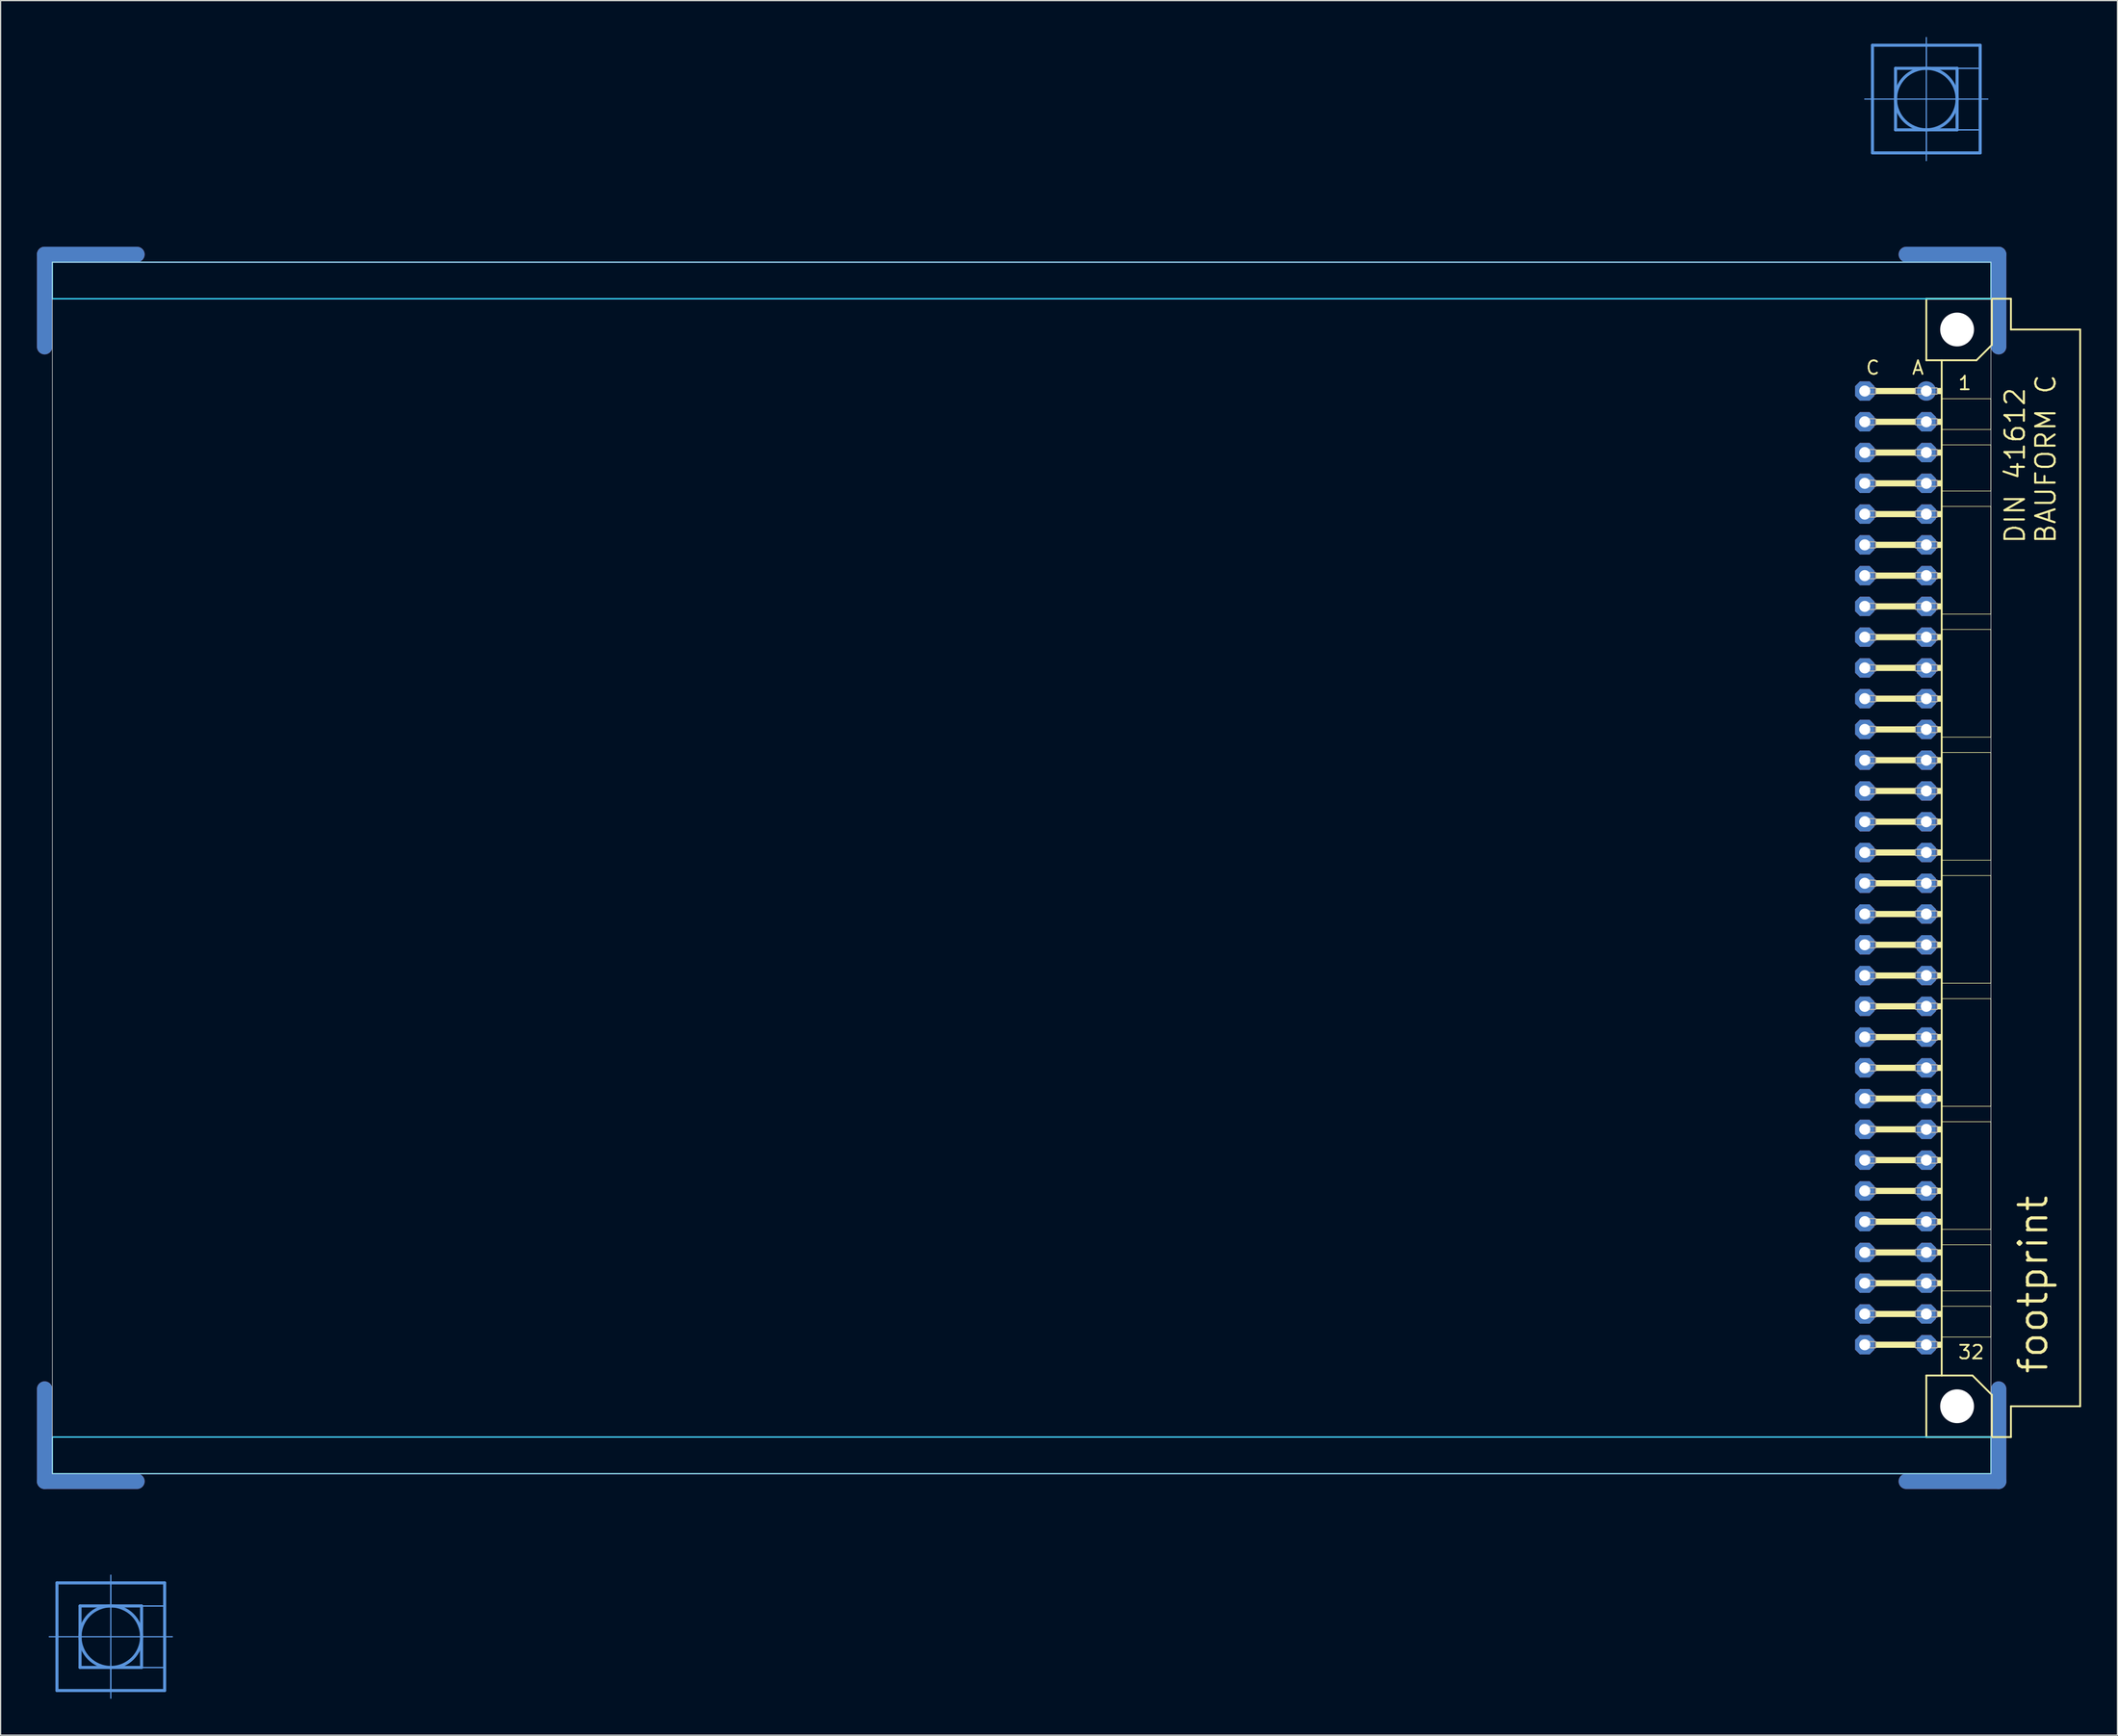
<source format=kicad_pcb>
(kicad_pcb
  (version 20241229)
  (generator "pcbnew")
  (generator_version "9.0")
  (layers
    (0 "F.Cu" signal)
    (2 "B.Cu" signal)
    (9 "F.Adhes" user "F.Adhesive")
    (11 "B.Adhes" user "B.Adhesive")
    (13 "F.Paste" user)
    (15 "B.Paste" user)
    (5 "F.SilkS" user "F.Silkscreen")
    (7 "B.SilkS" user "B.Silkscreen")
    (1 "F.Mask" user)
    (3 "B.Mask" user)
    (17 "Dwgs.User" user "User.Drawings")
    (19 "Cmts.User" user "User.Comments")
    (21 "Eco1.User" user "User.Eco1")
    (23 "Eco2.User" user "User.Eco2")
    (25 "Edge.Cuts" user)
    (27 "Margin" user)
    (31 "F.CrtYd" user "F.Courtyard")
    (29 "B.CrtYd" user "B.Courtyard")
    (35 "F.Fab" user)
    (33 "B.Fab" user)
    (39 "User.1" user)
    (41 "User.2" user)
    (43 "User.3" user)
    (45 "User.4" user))
  (footprint "footprint"
    (layer "F.Cu")
    (at 1.016 68.605)
    (property "Reference" "footprint" (at 165.1 41.91 90) (layer "F.SilkS") (effects (font (size 2.286 2.286) (thickness 0.254)) (justify left bottom)))
    (fp_line (start -0.381 -43.028) (end -0.381 -50.648) (stroke (width 1.27) (type solid)) (layer "F.Cu"))
    (fp_line (start -0.381 43.028) (end -0.381 50.648) (stroke (width 1.27) (type solid)) (layer "F.Cu"))
    (fp_line (start 7.239 -50.648) (end -0.381 -50.648) (stroke (width 1.27) (type solid)) (layer "F.Cu"))
    (fp_line (start 7.239 50.648) (end -0.381 50.648) (stroke (width 1.27) (type solid)) (layer "F.Cu"))
    (fp_line (start 153.289 -50.648) (end 160.909 -50.648) (stroke (width 1.27) (type solid)) (layer "F.Cu"))
    (fp_line (start 153.289 50.648) (end 160.909 50.648) (stroke (width 1.27) (type solid)) (layer "F.Cu"))
    (fp_line (start 160.909 -43.028) (end 160.909 -50.648) (stroke (width 1.27) (type solid)) (layer "F.Cu"))
    (fp_line (start 160.909 43.028) (end 160.909 50.648) (stroke (width 1.27) (type solid)) (layer "F.Cu"))
    (fp_line (start 0.254 -42.393) (end 0.254 -50.013) (stroke (width 0.152) (type solid)) (layer "F.Mask"))
    (fp_line (start 0.254 42.393) (end 0.254 50.013) (stroke (width 0.152) (type solid)) (layer "F.Mask"))
    (fp_line (start 7.874 -50.013) (end 0.254 -50.013) (stroke (width 0.152) (type solid)) (layer "F.Mask"))
    (fp_line (start 7.874 50.013) (end 0.254 50.013) (stroke (width 0.152) (type solid)) (layer "F.Mask"))
    (fp_line (start 152.654 -50.013) (end 160.274 -50.013) (stroke (width 0.152) (type solid)) (layer "F.Mask"))
    (fp_line (start 152.654 50.013) (end 160.274 50.013) (stroke (width 0.152) (type solid)) (layer "F.Mask"))
    (fp_line (start 160.274 -42.393) (end 160.274 -50.013) (stroke (width 0.152) (type solid)) (layer "F.Mask"))
    (fp_line (start 160.274 42.393) (end 160.274 50.013) (stroke (width 0.152) (type solid)) (layer "F.Mask"))
    (fp_line (start -0.381 -43.028) (end -0.381 -50.648) (stroke (width 1.27) (type solid)) (layer "B.Cu"))
    (fp_line (start -0.381 43.028) (end -0.381 50.648) (stroke (width 1.27) (type solid)) (layer "B.Cu"))
    (fp_line (start 7.239 -50.648) (end -0.381 -50.648) (stroke (width 1.27) (type solid)) (layer "B.Cu"))
    (fp_line (start 7.239 50.648) (end -0.381 50.648) (stroke (width 1.27) (type solid)) (layer "B.Cu"))
    (fp_line (start 153.289 -50.648) (end 160.909 -50.648) (stroke (width 1.27) (type solid)) (layer "B.Cu"))
    (fp_line (start 153.289 50.648) (end 160.909 50.648) (stroke (width 1.27) (type solid)) (layer "B.Cu"))
    (fp_line (start 160.909 -43.028) (end 160.909 -50.648) (stroke (width 1.27) (type solid)) (layer "B.Cu"))
    (fp_line (start 160.909 43.028) (end 160.909 50.648) (stroke (width 1.27) (type solid)) (layer "B.Cu"))
    (fp_line (start 0.254 -50.013) (end 7.874 -50.013) (stroke (width 0.152) (type solid)) (layer "B.Mask"))
    (fp_line (start 0.254 -42.393) (end 0.254 -50.013) (stroke (width 0.152) (type solid)) (layer "B.Mask"))
    (fp_line (start 0.254 50.013) (end 0.254 42.393) (stroke (width 0.152) (type solid)) (layer "B.Mask"))
    (fp_line (start 7.874 50.013) (end 0.254 50.013) (stroke (width 0.152) (type solid)) (layer "B.Mask"))
    (fp_line (start 152.654 -50.013) (end 160.274 -50.013) (stroke (width 0.152) (type solid)) (layer "B.Mask"))
    (fp_line (start 160.274 -50.013) (end 160.274 -42.393) (stroke (width 0.152) (type solid)) (layer "B.Mask"))
    (fp_line (start 160.274 42.393) (end 160.274 50.013) (stroke (width 0.152) (type solid)) (layer "B.Mask"))
    (fp_line (start 160.274 50.013) (end 152.654 50.013) (stroke (width 0.152) (type solid)) (layer "B.Mask"))
    (fp_line (start 154.94 -46.99) (end 154.94 -41.91) (stroke (width 0.152) (type solid)) (layer "F.SilkS"))
    (fp_line (start 154.94 -41.91) (end 156.21 -41.91) (stroke (width 0.152) (type solid)) (layer "F.SilkS"))
    (fp_line (start 154.94 41.91) (end 154.94 46.99) (stroke (width 0.152) (type solid)) (layer "F.SilkS"))
    (fp_line (start 154.94 41.91) (end 156.21 41.91) (stroke (width 0.152) (type solid)) (layer "F.SilkS"))
    (fp_line (start 154.94 46.99) (end 160.35 46.99) (stroke (width 0.152) (type solid)) (layer "F.SilkS"))
    (fp_line (start 156.21 -41.91) (end 156.21 -38.735) (stroke (width 0.152) (type solid)) (layer "F.SilkS"))
    (fp_line (start 156.21 -41.91) (end 159.08 -41.91) (stroke (width 0.152) (type solid)) (layer "F.SilkS"))
    (fp_line (start 156.21 -38.735) (end 156.21 -36.195) (stroke (width 0.152) (type solid)) (layer "F.SilkS"))
    (fp_line (start 156.21 -36.195) (end 156.21 -34.925) (stroke (width 0.152) (type solid)) (layer "F.SilkS"))
    (fp_line (start 156.21 -34.925) (end 156.21 -31.115) (stroke (width 0.152) (type solid)) (layer "F.SilkS"))
    (fp_line (start 156.21 -31.115) (end 156.21 -29.845) (stroke (width 0.152) (type solid)) (layer "F.SilkS"))
    (fp_line (start 156.21 -29.845) (end 156.21 -20.955) (stroke (width 0.152) (type solid)) (layer "F.SilkS"))
    (fp_line (start 156.21 -20.955) (end 156.21 -19.685) (stroke (width 0.152) (type solid)) (layer "F.SilkS"))
    (fp_line (start 156.21 -19.685) (end 156.21 -10.795) (stroke (width 0.152) (type solid)) (layer "F.SilkS"))
    (fp_line (start 156.21 -10.795) (end 156.21 -9.525) (stroke (width 0.152) (type solid)) (layer "F.SilkS"))
    (fp_line (start 156.21 -9.525) (end 156.21 -0.635) (stroke (width 0.152) (type solid)) (layer "F.SilkS"))
    (fp_line (start 156.21 -0.635) (end 156.21 0.635) (stroke (width 0.152) (type solid)) (layer "F.SilkS"))
    (fp_line (start 156.21 0.635) (end 156.21 9.525) (stroke (width 0.152) (type solid)) (layer "F.SilkS"))
    (fp_line (start 156.21 9.525) (end 156.21 10.795) (stroke (width 0.152) (type solid)) (layer "F.SilkS"))
    (fp_line (start 156.21 10.795) (end 156.21 19.685) (stroke (width 0.152) (type solid)) (layer "F.SilkS"))
    (fp_line (start 156.21 19.685) (end 156.21 20.955) (stroke (width 0.152) (type solid)) (layer "F.SilkS"))
    (fp_line (start 156.21 20.955) (end 156.21 29.845) (stroke (width 0.152) (type solid)) (layer "F.SilkS"))
    (fp_line (start 156.21 29.845) (end 156.21 31.115) (stroke (width 0.152) (type solid)) (layer "F.SilkS"))
    (fp_line (start 156.21 31.115) (end 156.21 34.925) (stroke (width 0.152) (type solid)) (layer "F.SilkS"))
    (fp_line (start 156.21 34.925) (end 156.21 36.195) (stroke (width 0.152) (type solid)) (layer "F.SilkS"))
    (fp_line (start 156.21 36.195) (end 156.21 38.735) (stroke (width 0.152) (type solid)) (layer "F.SilkS"))
    (fp_line (start 156.21 38.735) (end 156.21 41.91) (stroke (width 0.152) (type solid)) (layer "F.SilkS"))
    (fp_line (start 156.21 41.91) (end 158.75 41.91) (stroke (width 0.152) (type solid)) (layer "F.SilkS"))
    (fp_line (start 159.08 -41.91) (end 160.35 -43.18) (stroke (width 0.152) (type solid)) (layer "F.SilkS"))
    (fp_line (start 160.274 -38.735) (end 156.21 -38.735) (stroke (width 0.051) (type solid)) (layer "F.SilkS"))
    (fp_line (start 160.274 -38.735) (end 160.274 -36.195) (stroke (width 0.051) (type solid)) (layer "F.SilkS"))
    (fp_line (start 160.274 -36.195) (end 156.21 -36.195) (stroke (width 0.051) (type solid)) (layer "F.SilkS"))
    (fp_line (start 160.274 -34.925) (end 156.21 -34.925) (stroke (width 0.051) (type solid)) (layer "F.SilkS"))
    (fp_line (start 160.274 -34.925) (end 160.274 -31.115) (stroke (width 0.051) (type solid)) (layer "F.SilkS"))
    (fp_line (start 160.274 -31.115) (end 156.21 -31.115) (stroke (width 0.051) (type solid)) (layer "F.SilkS"))
    (fp_line (start 160.274 -29.845) (end 156.21 -29.845) (stroke (width 0.051) (type solid)) (layer "F.SilkS"))
    (fp_line (start 160.274 -29.845) (end 160.274 -20.955) (stroke (width 0.051) (type solid)) (layer "F.SilkS"))
    (fp_line (start 160.274 -20.955) (end 156.21 -20.955) (stroke (width 0.051) (type solid)) (layer "F.SilkS"))
    (fp_line (start 160.274 -19.685) (end 156.21 -19.685) (stroke (width 0.051) (type solid)) (layer "F.SilkS"))
    (fp_line (start 160.274 -19.685) (end 160.274 -10.795) (stroke (width 0.051) (type solid)) (layer "F.SilkS"))
    (fp_line (start 160.274 -10.795) (end 156.21 -10.795) (stroke (width 0.051) (type solid)) (layer "F.SilkS"))
    (fp_line (start 160.274 -9.525) (end 156.21 -9.525) (stroke (width 0.051) (type solid)) (layer "F.SilkS"))
    (fp_line (start 160.274 -9.525) (end 160.274 -0.635) (stroke (width 0.051) (type solid)) (layer "F.SilkS"))
    (fp_line (start 160.274 -0.635) (end 156.21 -0.635) (stroke (width 0.051) (type solid)) (layer "F.SilkS"))
    (fp_line (start 160.274 0.635) (end 156.21 0.635) (stroke (width 0.051) (type solid)) (layer "F.SilkS"))
    (fp_line (start 160.274 0.635) (end 160.274 9.525) (stroke (width 0.051) (type solid)) (layer "F.SilkS"))
    (fp_line (start 160.274 9.525) (end 156.21 9.525) (stroke (width 0.051) (type solid)) (layer "F.SilkS"))
    (fp_line (start 160.274 10.795) (end 156.21 10.795) (stroke (width 0.051) (type solid)) (layer "F.SilkS"))
    (fp_line (start 160.274 10.795) (end 160.274 19.685) (stroke (width 0.051) (type solid)) (layer "F.SilkS"))
    (fp_line (start 160.274 19.685) (end 156.21 19.685) (stroke (width 0.051) (type solid)) (layer "F.SilkS"))
    (fp_line (start 160.274 20.955) (end 156.21 20.955) (stroke (width 0.051) (type solid)) (layer "F.SilkS"))
    (fp_line (start 160.274 20.955) (end 160.274 29.845) (stroke (width 0.051) (type solid)) (layer "F.SilkS"))
    (fp_line (start 160.274 29.845) (end 156.21 29.845) (stroke (width 0.051) (type solid)) (layer "F.SilkS"))
    (fp_line (start 160.274 31.115) (end 156.21 31.115) (stroke (width 0.051) (type solid)) (layer "F.SilkS"))
    (fp_line (start 160.274 31.115) (end 160.274 34.925) (stroke (width 0.051) (type solid)) (layer "F.SilkS"))
    (fp_line (start 160.274 34.925) (end 156.21 34.925) (stroke (width 0.051) (type solid)) (layer "F.SilkS"))
    (fp_line (start 160.274 36.195) (end 156.21 36.195) (stroke (width 0.051) (type solid)) (layer "F.SilkS"))
    (fp_line (start 160.274 36.195) (end 160.274 38.735) (stroke (width 0.051) (type solid)) (layer "F.SilkS"))
    (fp_line (start 160.274 38.735) (end 156.21 38.735) (stroke (width 0.051) (type solid)) (layer "F.SilkS"))
    (fp_line (start 160.35 -46.99) (end 154.94 -46.99) (stroke (width 0.152) (type solid)) (layer "F.SilkS"))
    (fp_line (start 160.35 -43.18) (end 160.35 -46.99) (stroke (width 0.152) (type solid)) (layer "F.SilkS"))
    (fp_line (start 160.35 43.51) (end 158.75 41.91) (stroke (width 0.152) (type solid)) (layer "F.SilkS"))
    (fp_line (start 160.35 43.51) (end 160.35 46.99) (stroke (width 0.152) (type solid)) (layer "F.SilkS"))
    (fp_line (start 160.35 46.99) (end 161.925 46.99) (stroke (width 0.152) (type solid)) (layer "F.SilkS"))
    (fp_line (start 161.925 -46.99) (end 160.35 -46.99) (stroke (width 0.152) (type solid)) (layer "F.SilkS"))
    (fp_line (start 161.925 -44.45) (end 161.925 -46.99) (stroke (width 0.152) (type solid)) (layer "F.SilkS"))
    (fp_line (start 161.925 44.45) (end 167.64 44.45) (stroke (width 0.152) (type solid)) (layer "F.SilkS"))
    (fp_line (start 161.925 46.99) (end 161.925 44.45) (stroke (width 0.152) (type solid)) (layer "F.SilkS"))
    (fp_line (start 167.64 -44.45) (end 161.925 -44.45) (stroke (width 0.152) (type solid)) (layer "F.SilkS"))
    (fp_line (start 167.64 44.45) (end 167.64 -44.45) (stroke (width 0.152) (type solid)) (layer "F.SilkS"))
    (fp_circle (center 157.48 -44.45) (end 158.75 -44.45) (stroke (width 0.152) (type solid)) (fill no) (layer "F.SilkS"))
    (fp_circle (center 157.48 44.45) (end 158.75 44.45) (stroke (width 0.152) (type solid)) (fill no) (layer "F.SilkS"))
    (fp_poly (pts (xy 150.749 -39.116) (xy 154.051 -39.116) (xy 154.051 -39.624) (xy 150.749 -39.624)) (stroke (width 0) (type solid)) (fill yes) (layer "F.SilkS"))
    (fp_poly (pts (xy 150.749 -36.576) (xy 154.051 -36.576) (xy 154.051 -37.084) (xy 150.749 -37.084)) (stroke (width 0) (type solid)) (fill yes) (layer "F.SilkS"))
    (fp_poly (pts (xy 150.749 -34.036) (xy 154.051 -34.036) (xy 154.051 -34.544) (xy 150.749 -34.544)) (stroke (width 0) (type solid)) (fill yes) (layer "F.SilkS"))
    (fp_poly (pts (xy 150.749 -31.496) (xy 154.051 -31.496) (xy 154.051 -32.004) (xy 150.749 -32.004)) (stroke (width 0) (type solid)) (fill yes) (layer "F.SilkS"))
    (fp_poly (pts (xy 150.749 -28.956) (xy 154.051 -28.956) (xy 154.051 -29.464) (xy 150.749 -29.464)) (stroke (width 0) (type solid)) (fill yes) (layer "F.SilkS"))
    (fp_poly (pts (xy 150.749 -26.416) (xy 154.051 -26.416) (xy 154.051 -26.924) (xy 150.749 -26.924)) (stroke (width 0) (type solid)) (fill yes) (layer "F.SilkS"))
    (fp_poly (pts (xy 150.749 -23.876) (xy 154.051 -23.876) (xy 154.051 -24.384) (xy 150.749 -24.384)) (stroke (width 0) (type solid)) (fill yes) (layer "F.SilkS"))
    (fp_poly (pts (xy 150.749 -21.336) (xy 154.051 -21.336) (xy 154.051 -21.844) (xy 150.749 -21.844)) (stroke (width 0) (type solid)) (fill yes) (layer "F.SilkS"))
    (fp_poly (pts (xy 150.749 -18.796) (xy 154.051 -18.796) (xy 154.051 -19.304) (xy 150.749 -19.304)) (stroke (width 0) (type solid)) (fill yes) (layer "F.SilkS"))
    (fp_poly (pts (xy 150.749 -16.256) (xy 154.051 -16.256) (xy 154.051 -16.764) (xy 150.749 -16.764)) (stroke (width 0) (type solid)) (fill yes) (layer "F.SilkS"))
    (fp_poly (pts (xy 150.749 -13.716) (xy 154.051 -13.716) (xy 154.051 -14.224) (xy 150.749 -14.224)) (stroke (width 0) (type solid)) (fill yes) (layer "F.SilkS"))
    (fp_poly (pts (xy 150.749 -11.176) (xy 154.051 -11.176) (xy 154.051 -11.684) (xy 150.749 -11.684)) (stroke (width 0) (type solid)) (fill yes) (layer "F.SilkS"))
    (fp_poly (pts (xy 150.749 -8.636) (xy 154.051 -8.636) (xy 154.051 -9.144) (xy 150.749 -9.144)) (stroke (width 0) (type solid)) (fill yes) (layer "F.SilkS"))
    (fp_poly (pts (xy 150.749 -6.096) (xy 154.051 -6.096) (xy 154.051 -6.604) (xy 150.749 -6.604)) (stroke (width 0) (type solid)) (fill yes) (layer "F.SilkS"))
    (fp_poly (pts (xy 150.749 -3.556) (xy 154.051 -3.556) (xy 154.051 -4.064) (xy 150.749 -4.064)) (stroke (width 0) (type solid)) (fill yes) (layer "F.SilkS"))
    (fp_poly (pts (xy 150.749 -1.016) (xy 154.051 -1.016) (xy 154.051 -1.524) (xy 150.749 -1.524)) (stroke (width 0) (type solid)) (fill yes) (layer "F.SilkS"))
    (fp_poly (pts (xy 150.749 1.524) (xy 154.051 1.524) (xy 154.051 1.016) (xy 150.749 1.016)) (stroke (width 0) (type solid)) (fill yes) (layer "F.SilkS"))
    (fp_poly (pts (xy 150.749 4.064) (xy 154.051 4.064) (xy 154.051 3.556) (xy 150.749 3.556)) (stroke (width 0) (type solid)) (fill yes) (layer "F.SilkS"))
    (fp_poly (pts (xy 150.749 6.604) (xy 154.051 6.604) (xy 154.051 6.096) (xy 150.749 6.096)) (stroke (width 0) (type solid)) (fill yes) (layer "F.SilkS"))
    (fp_poly (pts (xy 150.749 9.144) (xy 154.051 9.144) (xy 154.051 8.636) (xy 150.749 8.636)) (stroke (width 0) (type solid)) (fill yes) (layer "F.SilkS"))
    (fp_poly (pts (xy 150.749 11.684) (xy 154.051 11.684) (xy 154.051 11.176) (xy 150.749 11.176)) (stroke (width 0) (type solid)) (fill yes) (layer "F.SilkS"))
    (fp_poly (pts (xy 150.749 14.224) (xy 154.051 14.224) (xy 154.051 13.716) (xy 150.749 13.716)) (stroke (width 0) (type solid)) (fill yes) (layer "F.SilkS"))
    (fp_poly (pts (xy 150.749 16.764) (xy 154.051 16.764) (xy 154.051 16.256) (xy 150.749 16.256)) (stroke (width 0) (type solid)) (fill yes) (layer "F.SilkS"))
    (fp_poly (pts (xy 150.749 19.304) (xy 154.051 19.304) (xy 154.051 18.796) (xy 150.749 18.796)) (stroke (width 0) (type solid)) (fill yes) (layer "F.SilkS"))
    (fp_poly (pts (xy 150.749 21.844) (xy 154.051 21.844) (xy 154.051 21.336) (xy 150.749 21.336)) (stroke (width 0) (type solid)) (fill yes) (layer "F.SilkS"))
    (fp_poly (pts (xy 150.749 24.384) (xy 154.051 24.384) (xy 154.051 23.876) (xy 150.749 23.876)) (stroke (width 0) (type solid)) (fill yes) (layer "F.SilkS"))
    (fp_poly (pts (xy 150.749 26.924) (xy 154.051 26.924) (xy 154.051 26.416) (xy 150.749 26.416)) (stroke (width 0) (type solid)) (fill yes) (layer "F.SilkS"))
    (fp_poly (pts (xy 150.749 29.464) (xy 154.051 29.464) (xy 154.051 28.956) (xy 150.749 28.956)) (stroke (width 0) (type solid)) (fill yes) (layer "F.SilkS"))
    (fp_poly (pts (xy 150.749 32.004) (xy 154.051 32.004) (xy 154.051 31.496) (xy 150.749 31.496)) (stroke (width 0) (type solid)) (fill yes) (layer "F.SilkS"))
    (fp_poly (pts (xy 150.749 34.544) (xy 154.051 34.544) (xy 154.051 34.036) (xy 150.749 34.036)) (stroke (width 0) (type solid)) (fill yes) (layer "F.SilkS"))
    (fp_poly (pts (xy 150.749 37.084) (xy 154.051 37.084) (xy 154.051 36.576) (xy 150.749 36.576)) (stroke (width 0) (type solid)) (fill yes) (layer "F.SilkS"))
    (fp_poly (pts (xy 150.749 39.624) (xy 154.051 39.624) (xy 154.051 39.116) (xy 150.749 39.116)) (stroke (width 0) (type solid)) (fill yes) (layer "F.SilkS"))
    (fp_poly (pts (xy 155.829 -39.116) (xy 156.21 -39.116) (xy 156.21 -39.624) (xy 155.829 -39.624)) (stroke (width 0) (type solid)) (fill yes) (layer "F.SilkS"))
    (fp_poly (pts (xy 155.829 -36.576) (xy 156.21 -36.576) (xy 156.21 -37.084) (xy 155.829 -37.084)) (stroke (width 0) (type solid)) (fill yes) (layer "F.SilkS"))
    (fp_poly (pts (xy 155.829 -34.036) (xy 156.21 -34.036) (xy 156.21 -34.544) (xy 155.829 -34.544)) (stroke (width 0) (type solid)) (fill yes) (layer "F.SilkS"))
    (fp_poly (pts (xy 155.829 -31.496) (xy 156.21 -31.496) (xy 156.21 -32.004) (xy 155.829 -32.004)) (stroke (width 0) (type solid)) (fill yes) (layer "F.SilkS"))
    (fp_poly (pts (xy 155.829 -28.956) (xy 156.21 -28.956) (xy 156.21 -29.464) (xy 155.829 -29.464)) (stroke (width 0) (type solid)) (fill yes) (layer "F.SilkS"))
    (fp_poly (pts (xy 155.829 -26.416) (xy 156.21 -26.416) (xy 156.21 -26.924) (xy 155.829 -26.924)) (stroke (width 0) (type solid)) (fill yes) (layer "F.SilkS"))
    (fp_poly (pts (xy 155.829 -23.876) (xy 156.21 -23.876) (xy 156.21 -24.384) (xy 155.829 -24.384)) (stroke (width 0) (type solid)) (fill yes) (layer "F.SilkS"))
    (fp_poly (pts (xy 155.829 -21.336) (xy 156.21 -21.336) (xy 156.21 -21.844) (xy 155.829 -21.844)) (stroke (width 0) (type solid)) (fill yes) (layer "F.SilkS"))
    (fp_poly (pts (xy 155.829 -18.796) (xy 156.21 -18.796) (xy 156.21 -19.304) (xy 155.829 -19.304)) (stroke (width 0) (type solid)) (fill yes) (layer "F.SilkS"))
    (fp_poly (pts (xy 155.829 -16.256) (xy 156.21 -16.256) (xy 156.21 -16.764) (xy 155.829 -16.764)) (stroke (width 0) (type solid)) (fill yes) (layer "F.SilkS"))
    (fp_poly (pts (xy 155.829 -13.716) (xy 156.21 -13.716) (xy 156.21 -14.224) (xy 155.829 -14.224)) (stroke (width 0) (type solid)) (fill yes) (layer "F.SilkS"))
    (fp_poly (pts (xy 155.829 -11.176) (xy 156.21 -11.176) (xy 156.21 -11.684) (xy 155.829 -11.684)) (stroke (width 0) (type solid)) (fill yes) (layer "F.SilkS"))
    (fp_poly (pts (xy 155.829 -8.636) (xy 156.21 -8.636) (xy 156.21 -9.144) (xy 155.829 -9.144)) (stroke (width 0) (type solid)) (fill yes) (layer "F.SilkS"))
    (fp_poly (pts (xy 155.829 -6.096) (xy 156.21 -6.096) (xy 156.21 -6.604) (xy 155.829 -6.604)) (stroke (width 0) (type solid)) (fill yes) (layer "F.SilkS"))
    (fp_poly (pts (xy 155.829 -3.556) (xy 156.21 -3.556) (xy 156.21 -4.064) (xy 155.829 -4.064)) (stroke (width 0) (type solid)) (fill yes) (layer "F.SilkS"))
    (fp_poly (pts (xy 155.829 -1.016) (xy 156.21 -1.016) (xy 156.21 -1.524) (xy 155.829 -1.524)) (stroke (width 0) (type solid)) (fill yes) (layer "F.SilkS"))
    (fp_poly (pts (xy 155.829 1.524) (xy 156.21 1.524) (xy 156.21 1.016) (xy 155.829 1.016)) (stroke (width 0) (type solid)) (fill yes) (layer "F.SilkS"))
    (fp_poly (pts (xy 155.829 4.064) (xy 156.21 4.064) (xy 156.21 3.556) (xy 155.829 3.556)) (stroke (width 0) (type solid)) (fill yes) (layer "F.SilkS"))
    (fp_poly (pts (xy 155.829 6.604) (xy 156.21 6.604) (xy 156.21 6.096) (xy 155.829 6.096)) (stroke (width 0) (type solid)) (fill yes) (layer "F.SilkS"))
    (fp_poly (pts (xy 155.829 9.144) (xy 156.21 9.144) (xy 156.21 8.636) (xy 155.829 8.636)) (stroke (width 0) (type solid)) (fill yes) (layer "F.SilkS"))
    (fp_poly (pts (xy 155.829 11.684) (xy 156.21 11.684) (xy 156.21 11.176) (xy 155.829 11.176)) (stroke (width 0) (type solid)) (fill yes) (layer "F.SilkS"))
    (fp_poly (pts (xy 155.829 14.224) (xy 156.21 14.224) (xy 156.21 13.716) (xy 155.829 13.716)) (stroke (width 0) (type solid)) (fill yes) (layer "F.SilkS"))
    (fp_poly (pts (xy 155.829 16.764) (xy 156.21 16.764) (xy 156.21 16.256) (xy 155.829 16.256)) (stroke (width 0) (type solid)) (fill yes) (layer "F.SilkS"))
    (fp_poly (pts (xy 155.829 19.304) (xy 156.21 19.304) (xy 156.21 18.796) (xy 155.829 18.796)) (stroke (width 0) (type solid)) (fill yes) (layer "F.SilkS"))
    (fp_poly (pts (xy 155.829 21.844) (xy 156.21 21.844) (xy 156.21 21.336) (xy 155.829 21.336)) (stroke (width 0) (type solid)) (fill yes) (layer "F.SilkS"))
    (fp_poly (pts (xy 155.829 24.384) (xy 156.21 24.384) (xy 156.21 23.876) (xy 155.829 23.876)) (stroke (width 0) (type solid)) (fill yes) (layer "F.SilkS"))
    (fp_poly (pts (xy 155.829 26.924) (xy 156.21 26.924) (xy 156.21 26.416) (xy 155.829 26.416)) (stroke (width 0) (type solid)) (fill yes) (layer "F.SilkS"))
    (fp_poly (pts (xy 155.829 29.464) (xy 156.21 29.464) (xy 156.21 28.956) (xy 155.829 28.956)) (stroke (width 0) (type solid)) (fill yes) (layer "F.SilkS"))
    (fp_poly (pts (xy 155.829 32.004) (xy 156.21 32.004) (xy 156.21 31.496) (xy 155.829 31.496)) (stroke (width 0) (type solid)) (fill yes) (layer "F.SilkS"))
    (fp_poly (pts (xy 155.829 34.544) (xy 156.21 34.544) (xy 156.21 34.036) (xy 155.829 34.036)) (stroke (width 0) (type solid)) (fill yes) (layer "F.SilkS"))
    (fp_poly (pts (xy 155.829 37.084) (xy 156.21 37.084) (xy 156.21 36.576) (xy 155.829 36.576)) (stroke (width 0) (type solid)) (fill yes) (layer "F.SilkS"))
    (fp_poly (pts (xy 155.829 39.624) (xy 156.21 39.624) (xy 156.21 39.116) (xy 155.829 39.116)) (stroke (width 0) (type solid)) (fill yes) (layer "F.SilkS"))
    (fp_line (start 0 63.475) (end 0.635 63.475) (stroke (width 0.102) (type solid)) (layer "Cmts.User"))
    (fp_line (start 0.635 59.03) (end 9.525 59.03) (stroke (width 0.254) (type solid)) (layer "Cmts.User"))
    (fp_line (start 0.635 63.475) (end 0.635 59.03) (stroke (width 0.254) (type solid)) (layer "Cmts.User"))
    (fp_line (start 0.635 63.475) (end 10.16 63.475) (stroke (width 0.102) (type solid)) (layer "Cmts.User"))
    (fp_line (start 0.635 67.92) (end 0.635 63.475) (stroke (width 0.254) (type solid)) (layer "Cmts.User"))
    (fp_line (start 2.54 60.935) (end 2.54 66.015) (stroke (width 0.254) (type solid)) (layer "Cmts.User"))
    (fp_line (start 2.54 66.015) (end 7.62 66.015) (stroke (width 0.254) (type solid)) (layer "Cmts.User"))
    (fp_line (start 5.08 68.555) (end 5.08 58.395) (stroke (width 0.102) (type solid)) (layer "Cmts.User"))
    (fp_line (start 7.62 60.935) (end 2.54 60.935) (stroke (width 0.254) (type solid)) (layer "Cmts.User"))
    (fp_line (start 7.62 66.015) (end 7.62 60.935) (stroke (width 0.254) (type solid)) (layer "Cmts.User"))
    (fp_line (start 9.525 59.03) (end 9.525 67.92) (stroke (width 0.254) (type solid)) (layer "Cmts.User"))
    (fp_line (start 9.525 67.92) (end 0.635 67.92) (stroke (width 0.254) (type solid)) (layer "Cmts.User"))
    (fp_line (start 149.86 -63.475) (end 150.495 -63.475) (stroke (width 0.102) (type solid)) (layer "Cmts.User"))
    (fp_line (start 150.495 -67.92) (end 159.385 -67.92) (stroke (width 0.254) (type solid)) (layer "Cmts.User"))
    (fp_line (start 150.495 -63.475) (end 150.495 -67.92) (stroke (width 0.254) (type solid)) (layer "Cmts.User"))
    (fp_line (start 150.495 -63.475) (end 160.02 -63.475) (stroke (width 0.102) (type solid)) (layer "Cmts.User"))
    (fp_line (start 150.495 -59.03) (end 150.495 -63.475) (stroke (width 0.254) (type solid)) (layer "Cmts.User"))
    (fp_line (start 152.4 -66.015) (end 152.4 -60.935) (stroke (width 0.254) (type solid)) (layer "Cmts.User"))
    (fp_line (start 152.4 -60.935) (end 157.48 -60.935) (stroke (width 0.254) (type solid)) (layer "Cmts.User"))
    (fp_line (start 154.94 -58.395) (end 154.94 -68.555) (stroke (width 0.102) (type solid)) (layer "Cmts.User"))
    (fp_line (start 157.48 -66.015) (end 152.4 -66.015) (stroke (width 0.254) (type solid)) (layer "Cmts.User"))
    (fp_line (start 157.48 -60.935) (end 157.48 -66.015) (stroke (width 0.254) (type solid)) (layer "Cmts.User"))
    (fp_line (start 159.385 -67.92) (end 159.385 -59.03) (stroke (width 0.254) (type solid)) (layer "Cmts.User"))
    (fp_line (start 159.385 -59.03) (end 150.495 -59.03) (stroke (width 0.254) (type solid)) (layer "Cmts.User"))
    (fp_circle (center 5.08 63.475) (end 7.62 63.475) (stroke (width 0.254) (type solid)) (fill no) (layer "Cmts.User"))
    (fp_circle (center 154.94 -63.475) (end 157.48 -63.475) (stroke (width 0.254) (type solid)) (fill no) (layer "Cmts.User"))
    (fp_poly (pts (xy 5.08 60.935) (xy 9.525 60.935) (xy 9.525 59.03) (xy 5.08 59.03)) (stroke (width 0.1) (type solid)) (fill no) (layer "Cmts.User"))
    (fp_poly (pts (xy 5.08 67.92) (xy 9.525 67.92) (xy 9.525 66.015) (xy 5.08 66.015)) (stroke (width 0.1) (type solid)) (fill no) (layer "Cmts.User"))
    (fp_poly (pts (xy 7.62 66.015) (xy 9.525 66.015) (xy 9.525 60.935) (xy 7.62 60.935)) (stroke (width 0.1) (type solid)) (fill no) (layer "Cmts.User"))
    (fp_poly (pts (xy 154.94 -66.015) (xy 159.385 -66.015) (xy 159.385 -67.92) (xy 154.94 -67.92)) (stroke (width 0.1) (type solid)) (fill no) (layer "Cmts.User"))
    (fp_poly (pts (xy 154.94 -59.03) (xy 159.385 -59.03) (xy 159.385 -60.935) (xy 154.94 -60.935)) (stroke (width 0.1) (type solid)) (fill no) (layer "Cmts.User"))
    (fp_poly (pts (xy 157.48 -60.935) (xy 159.385 -60.935) (xy 159.385 -66.015) (xy 157.48 -66.015)) (stroke (width 0.1) (type solid)) (fill no) (layer "Cmts.User"))
    (fp_line (start 0.254 -50.013) (end 0.254 50.013) (stroke (width 0.05) (type solid)) (layer "Edge.Cuts"))
    (fp_line (start 0.254 50.013) (end 160.274 50.013) (stroke (width 0.05) (type solid)) (layer "Edge.Cuts"))
    (fp_line (start 160.274 -50.013) (end 0.254 -50.013) (stroke (width 0.05) (type solid)) (layer "Edge.Cuts"))
    (fp_line (start 160.274 50.013) (end 160.274 -50.013) (stroke (width 0.05) (type solid)) (layer "Edge.Cuts"))
    (fp_line (start 0.254 -46.99) (end 0.254 -50.013) (stroke (width 0.051) (type solid)) (layer "B.CrtYd"))
    (fp_line (start 0.254 46.99) (end 0.254 50.013) (stroke (width 0.051) (type solid)) (layer "B.CrtYd"))
    (fp_line (start 160.274 -50.013) (end 160.274 -46.99) (stroke (width 0.051) (type solid)) (layer "B.CrtYd"))
    (fp_line (start 160.274 50.013) (end 160.274 46.99) (stroke (width 0.051) (type solid)) (layer "B.CrtYd"))
    (fp_poly (pts (xy 0.254 -46.99) (xy 160.274 -46.99) (xy 160.274 -50.013) (xy 0.254 -50.013)) (stroke (width 0.1) (type solid)) (fill no) (layer "B.CrtYd"))
    (fp_poly (pts (xy 0.254 50.013) (xy 160.274 50.013) (xy 160.274 46.99) (xy 0.254 46.99)) (stroke (width 0.1) (type solid)) (fill no) (layer "B.CrtYd"))
    (fp_line (start 0.254 -46.99) (end 0.254 -50.013) (stroke (width 0.051) (type solid)) (layer "F.CrtYd"))
    (fp_line (start 0.254 46.99) (end 0.254 50.013) (stroke (width 0.051) (type solid)) (layer "F.CrtYd"))
    (fp_line (start 160.274 -50.013) (end 160.274 -46.99) (stroke (width 0.051) (type solid)) (layer "F.CrtYd"))
    (fp_line (start 160.274 50.013) (end 160.274 46.99) (stroke (width 0.051) (type solid)) (layer "F.CrtYd"))
    (fp_poly (pts (xy 0.254 -46.99) (xy 160.274 -46.99) (xy 160.274 -50.013) (xy 0.254 -50.013)) (stroke (width 0.1) (type solid)) (fill no) (layer "F.CrtYd"))
    (fp_poly (pts (xy 0.254 50.013) (xy 160.274 50.013) (xy 160.274 46.99) (xy 0.254 46.99)) (stroke (width 0.1) (type solid)) (fill no) (layer "F.CrtYd"))
    (fp_poly (pts (xy 149.606 -39.116) (xy 150.749 -39.116) (xy 150.749 -39.624) (xy 149.606 -39.624)) (stroke (width 0.1) (type solid)) (fill no) (layer "F.Fab"))
    (fp_poly (pts (xy 149.606 -36.576) (xy 150.749 -36.576) (xy 150.749 -37.084) (xy 149.606 -37.084)) (stroke (width 0.1) (type solid)) (fill no) (layer "F.Fab"))
    (fp_poly (pts (xy 149.606 -34.036) (xy 150.749 -34.036) (xy 150.749 -34.544) (xy 149.606 -34.544)) (stroke (width 0.1) (type solid)) (fill no) (layer "F.Fab"))
    (fp_poly (pts (xy 149.606 -31.496) (xy 150.749 -31.496) (xy 150.749 -32.004) (xy 149.606 -32.004)) (stroke (width 0.1) (type solid)) (fill no) (layer "F.Fab"))
    (fp_poly (pts (xy 149.606 -28.956) (xy 150.749 -28.956) (xy 150.749 -29.464) (xy 149.606 -29.464)) (stroke (width 0.1) (type solid)) (fill no) (layer "F.Fab"))
    (fp_poly (pts (xy 149.606 -26.416) (xy 150.749 -26.416) (xy 150.749 -26.924) (xy 149.606 -26.924)) (stroke (width 0.1) (type solid)) (fill no) (layer "F.Fab"))
    (fp_poly (pts (xy 149.606 -23.876) (xy 150.749 -23.876) (xy 150.749 -24.384) (xy 149.606 -24.384)) (stroke (width 0.1) (type solid)) (fill no) (layer "F.Fab"))
    (fp_poly (pts (xy 149.606 -21.336) (xy 150.749 -21.336) (xy 150.749 -21.844) (xy 149.606 -21.844)) (stroke (width 0.1) (type solid)) (fill no) (layer "F.Fab"))
    (fp_poly (pts (xy 149.606 -18.796) (xy 150.749 -18.796) (xy 150.749 -19.304) (xy 149.606 -19.304)) (stroke (width 0.1) (type solid)) (fill no) (layer "F.Fab"))
    (fp_poly (pts (xy 149.606 -16.256) (xy 150.749 -16.256) (xy 150.749 -16.764) (xy 149.606 -16.764)) (stroke (width 0.1) (type solid)) (fill no) (layer "F.Fab"))
    (fp_poly (pts (xy 149.606 -13.716) (xy 150.749 -13.716) (xy 150.749 -14.224) (xy 149.606 -14.224)) (stroke (width 0.1) (type solid)) (fill no) (layer "F.Fab"))
    (fp_poly (pts (xy 149.606 -11.176) (xy 150.749 -11.176) (xy 150.749 -11.684) (xy 149.606 -11.684)) (stroke (width 0.1) (type solid)) (fill no) (layer "F.Fab"))
    (fp_poly (pts (xy 149.606 -8.636) (xy 150.749 -8.636) (xy 150.749 -9.144) (xy 149.606 -9.144)) (stroke (width 0.1) (type solid)) (fill no) (layer "F.Fab"))
    (fp_poly (pts (xy 149.606 -6.096) (xy 150.749 -6.096) (xy 150.749 -6.604) (xy 149.606 -6.604)) (stroke (width 0.1) (type solid)) (fill no) (layer "F.Fab"))
    (fp_poly (pts (xy 149.606 -3.556) (xy 150.749 -3.556) (xy 150.749 -4.064) (xy 149.606 -4.064)) (stroke (width 0.1) (type solid)) (fill no) (layer "F.Fab"))
    (fp_poly (pts (xy 149.606 -1.016) (xy 150.749 -1.016) (xy 150.749 -1.524) (xy 149.606 -1.524)) (stroke (width 0.1) (type solid)) (fill no) (layer "F.Fab"))
    (fp_poly (pts (xy 149.606 1.524) (xy 150.749 1.524) (xy 150.749 1.016) (xy 149.606 1.016)) (stroke (width 0.1) (type solid)) (fill no) (layer "F.Fab"))
    (fp_poly (pts (xy 149.606 4.064) (xy 150.749 4.064) (xy 150.749 3.556) (xy 149.606 3.556)) (stroke (width 0.1) (type solid)) (fill no) (layer "F.Fab"))
    (fp_poly (pts (xy 149.606 6.604) (xy 150.749 6.604) (xy 150.749 6.096) (xy 149.606 6.096)) (stroke (width 0.1) (type solid)) (fill no) (layer "F.Fab"))
    (fp_poly (pts (xy 149.606 9.144) (xy 150.749 9.144) (xy 150.749 8.636) (xy 149.606 8.636)) (stroke (width 0.1) (type solid)) (fill no) (layer "F.Fab"))
    (fp_poly (pts (xy 149.606 11.684) (xy 150.749 11.684) (xy 150.749 11.176) (xy 149.606 11.176)) (stroke (width 0.1) (type solid)) (fill no) (layer "F.Fab"))
    (fp_poly (pts (xy 149.606 14.224) (xy 150.749 14.224) (xy 150.749 13.716) (xy 149.606 13.716)) (stroke (width 0.1) (type solid)) (fill no) (layer "F.Fab"))
    (fp_poly (pts (xy 149.606 16.764) (xy 150.749 16.764) (xy 150.749 16.256) (xy 149.606 16.256)) (stroke (width 0.1) (type solid)) (fill no) (layer "F.Fab"))
    (fp_poly (pts (xy 149.606 19.304) (xy 150.749 19.304) (xy 150.749 18.796) (xy 149.606 18.796)) (stroke (width 0.1) (type solid)) (fill no) (layer "F.Fab"))
    (fp_poly (pts (xy 149.606 21.844) (xy 150.749 21.844) (xy 150.749 21.336) (xy 149.606 21.336)) (stroke (width 0.1) (type solid)) (fill no) (layer "F.Fab"))
    (fp_poly (pts (xy 149.606 24.384) (xy 150.749 24.384) (xy 150.749 23.876) (xy 149.606 23.876)) (stroke (width 0.1) (type solid)) (fill no) (layer "F.Fab"))
    (fp_poly (pts (xy 149.606 26.924) (xy 150.749 26.924) (xy 150.749 26.416) (xy 149.606 26.416)) (stroke (width 0.1) (type solid)) (fill no) (layer "F.Fab"))
    (fp_poly (pts (xy 149.606 29.464) (xy 150.749 29.464) (xy 150.749 28.956) (xy 149.606 28.956)) (stroke (width 0.1) (type solid)) (fill no) (layer "F.Fab"))
    (fp_poly (pts (xy 149.606 32.004) (xy 150.749 32.004) (xy 150.749 31.496) (xy 149.606 31.496)) (stroke (width 0.1) (type solid)) (fill no) (layer "F.Fab"))
    (fp_poly (pts (xy 149.606 34.544) (xy 150.749 34.544) (xy 150.749 34.036) (xy 149.606 34.036)) (stroke (width 0.1) (type solid)) (fill no) (layer "F.Fab"))
    (fp_poly (pts (xy 149.606 37.084) (xy 150.749 37.084) (xy 150.749 36.576) (xy 149.606 36.576)) (stroke (width 0.1) (type solid)) (fill no) (layer "F.Fab"))
    (fp_poly (pts (xy 149.606 39.624) (xy 150.749 39.624) (xy 150.749 39.116) (xy 149.606 39.116)) (stroke (width 0.1) (type solid)) (fill no) (layer "F.Fab"))
    (fp_poly (pts (xy 154.051 -39.116) (xy 155.829 -39.116) (xy 155.829 -39.624) (xy 154.051 -39.624)) (stroke (width 0.1) (type solid)) (fill no) (layer "F.Fab"))
    (fp_poly (pts (xy 154.051 -36.576) (xy 155.829 -36.576) (xy 155.829 -37.084) (xy 154.051 -37.084)) (stroke (width 0.1) (type solid)) (fill no) (layer "F.Fab"))
    (fp_poly (pts (xy 154.051 -34.036) (xy 155.829 -34.036) (xy 155.829 -34.544) (xy 154.051 -34.544)) (stroke (width 0.1) (type solid)) (fill no) (layer "F.Fab"))
    (fp_poly (pts (xy 154.051 -31.496) (xy 155.829 -31.496) (xy 155.829 -32.004) (xy 154.051 -32.004)) (stroke (width 0.1) (type solid)) (fill no) (layer "F.Fab"))
    (fp_poly (pts (xy 154.051 -28.956) (xy 155.829 -28.956) (xy 155.829 -29.464) (xy 154.051 -29.464)) (stroke (width 0.1) (type solid)) (fill no) (layer "F.Fab"))
    (fp_poly (pts (xy 154.051 -26.416) (xy 155.829 -26.416) (xy 155.829 -26.924) (xy 154.051 -26.924)) (stroke (width 0.1) (type solid)) (fill no) (layer "F.Fab"))
    (fp_poly (pts (xy 154.051 -23.876) (xy 155.829 -23.876) (xy 155.829 -24.384) (xy 154.051 -24.384)) (stroke (width 0.1) (type solid)) (fill no) (layer "F.Fab"))
    (fp_poly (pts (xy 154.051 -21.336) (xy 155.829 -21.336) (xy 155.829 -21.844) (xy 154.051 -21.844)) (stroke (width 0.1) (type solid)) (fill no) (layer "F.Fab"))
    (fp_poly (pts (xy 154.051 -18.796) (xy 155.829 -18.796) (xy 155.829 -19.304) (xy 154.051 -19.304)) (stroke (width 0.1) (type solid)) (fill no) (layer "F.Fab"))
    (fp_poly (pts (xy 154.051 -16.256) (xy 155.829 -16.256) (xy 155.829 -16.764) (xy 154.051 -16.764)) (stroke (width 0.1) (type solid)) (fill no) (layer "F.Fab"))
    (fp_poly (pts (xy 154.051 -13.716) (xy 155.829 -13.716) (xy 155.829 -14.224) (xy 154.051 -14.224)) (stroke (width 0.1) (type solid)) (fill no) (layer "F.Fab"))
    (fp_poly (pts (xy 154.051 -11.176) (xy 155.829 -11.176) (xy 155.829 -11.684) (xy 154.051 -11.684)) (stroke (width 0.1) (type solid)) (fill no) (layer "F.Fab"))
    (fp_poly (pts (xy 154.051 -8.636) (xy 155.829 -8.636) (xy 155.829 -9.144) (xy 154.051 -9.144)) (stroke (width 0.1) (type solid)) (fill no) (layer "F.Fab"))
    (fp_poly (pts (xy 154.051 -6.096) (xy 155.829 -6.096) (xy 155.829 -6.604) (xy 154.051 -6.604)) (stroke (width 0.1) (type solid)) (fill no) (layer "F.Fab"))
    (fp_poly (pts (xy 154.051 -3.556) (xy 155.829 -3.556) (xy 155.829 -4.064) (xy 154.051 -4.064)) (stroke (width 0.1) (type solid)) (fill no) (layer "F.Fab"))
    (fp_poly (pts (xy 154.051 -1.016) (xy 155.829 -1.016) (xy 155.829 -1.524) (xy 154.051 -1.524)) (stroke (width 0.1) (type solid)) (fill no) (layer "F.Fab"))
    (fp_poly (pts (xy 154.051 1.524) (xy 155.829 1.524) (xy 155.829 1.016) (xy 154.051 1.016)) (stroke (width 0.1) (type solid)) (fill no) (layer "F.Fab"))
    (fp_poly (pts (xy 154.051 4.064) (xy 155.829 4.064) (xy 155.829 3.556) (xy 154.051 3.556)) (stroke (width 0.1) (type solid)) (fill no) (layer "F.Fab"))
    (fp_poly (pts (xy 154.051 6.604) (xy 155.829 6.604) (xy 155.829 6.096) (xy 154.051 6.096)) (stroke (width 0.1) (type solid)) (fill no) (layer "F.Fab"))
    (fp_poly (pts (xy 154.051 9.144) (xy 155.829 9.144) (xy 155.829 8.636) (xy 154.051 8.636)) (stroke (width 0.1) (type solid)) (fill no) (layer "F.Fab"))
    (fp_poly (pts (xy 154.051 11.684) (xy 155.829 11.684) (xy 155.829 11.176) (xy 154.051 11.176)) (stroke (width 0.1) (type solid)) (fill no) (layer "F.Fab"))
    (fp_poly (pts (xy 154.051 14.224) (xy 155.829 14.224) (xy 155.829 13.716) (xy 154.051 13.716)) (stroke (width 0.1) (type solid)) (fill no) (layer "F.Fab"))
    (fp_poly (pts (xy 154.051 16.764) (xy 155.829 16.764) (xy 155.829 16.256) (xy 154.051 16.256)) (stroke (width 0.1) (type solid)) (fill no) (layer "F.Fab"))
    (fp_poly (pts (xy 154.051 19.304) (xy 155.829 19.304) (xy 155.829 18.796) (xy 154.051 18.796)) (stroke (width 0.1) (type solid)) (fill no) (layer "F.Fab"))
    (fp_poly (pts (xy 154.051 21.844) (xy 155.829 21.844) (xy 155.829 21.336) (xy 154.051 21.336)) (stroke (width 0.1) (type solid)) (fill no) (layer "F.Fab"))
    (fp_poly (pts (xy 154.051 24.384) (xy 155.829 24.384) (xy 155.829 23.876) (xy 154.051 23.876)) (stroke (width 0.1) (type solid)) (fill no) (layer "F.Fab"))
    (fp_poly (pts (xy 154.051 26.924) (xy 155.829 26.924) (xy 155.829 26.416) (xy 154.051 26.416)) (stroke (width 0.1) (type solid)) (fill no) (layer "F.Fab"))
    (fp_poly (pts (xy 154.051 29.464) (xy 155.829 29.464) (xy 155.829 28.956) (xy 154.051 28.956)) (stroke (width 0.1) (type solid)) (fill no) (layer "F.Fab"))
    (fp_poly (pts (xy 154.051 32.004) (xy 155.829 32.004) (xy 155.829 31.496) (xy 154.051 31.496)) (stroke (width 0.1) (type solid)) (fill no) (layer "F.Fab"))
    (fp_poly (pts (xy 154.051 34.544) (xy 155.829 34.544) (xy 155.829 34.036) (xy 154.051 34.036)) (stroke (width 0.1) (type solid)) (fill no) (layer "F.Fab"))
    (fp_poly (pts (xy 154.051 37.084) (xy 155.829 37.084) (xy 155.829 36.576) (xy 154.051 36.576)) (stroke (width 0.1) (type solid)) (fill no) (layer "F.Fab"))
    (fp_poly (pts (xy 154.051 39.624) (xy 155.829 39.624) (xy 155.829 39.116) (xy 154.051 39.116)) (stroke (width 0.1) (type solid)) (fill no) (layer "F.Fab"))
    (fp_text user "32" (at 157.48 40.64 0) (layer "F.SilkS") (effects (font (size 1.118 1.118) (thickness 0.152)) (justify left bottom)))
    (fp_text user "1" (at 157.48 -39.37 0) (layer "F.SilkS") (effects (font (size 1.118 1.118) (thickness 0.152)) (justify left bottom)))
    (fp_text user "A" (at 153.67 -40.64 0) (layer "F.SilkS") (effects (font (size 1.118 1.118) (thickness 0.152)) (justify left bottom)))
    (fp_text user "BAUFORM C" (at 165.735 -26.67 90) (layer "F.SilkS") (effects (font (size 1.6 1.6) (thickness 0.178)) (justify left bottom)))
    (fp_text user "C" (at 149.86 -40.64 0) (layer "F.SilkS") (effects (font (size 1.118 1.118) (thickness 0.152)) (justify left bottom)))
    (fp_text user "DIN 41612" (at 163.195 -26.67 90) (layer "F.SilkS") (effects (font (size 1.6 1.6) (thickness 0.178)) (justify left bottom)))
    (pad "" np_thru_hole circle (at 157.48 -44.45) (size 2.794 2.794) (drill 2.794) (layers "*.Cu" "*.Mask"))
    (pad "" np_thru_hole circle (at 157.48 44.45) (size 2.794 2.794) (drill 2.794) (layers "*.Cu" "*.Mask"))
    (pad "A1" thru_hole circle (at 154.94 -39.37) (size 1.6 1.6) (drill 0.914) (layers "*.Cu" "*.Mask"))
    (pad "A2" thru_hole roundrect (at 154.94 -36.83) (size 1.6 1.6) (drill 0.914) (layers "*.Cu" "*.Mask") (roundrect_rratio 0.25) (chamfer_ratio 0.25) (chamfer top_left top_right bottom_left bottom_right))
    (pad "A3" thru_hole roundrect (at 154.94 -34.29) (size 1.6 1.6) (drill 0.914) (layers "*.Cu" "*.Mask") (roundrect_rratio 0.25) (chamfer_ratio 0.25) (chamfer top_left top_right bottom_left bottom_right))
    (pad "A4" thru_hole roundrect (at 154.94 -31.75) (size 1.6 1.6) (drill 0.914) (layers "*.Cu" "*.Mask") (roundrect_rratio 0.25) (chamfer_ratio 0.25) (chamfer top_left top_right bottom_left bottom_right))
    (pad "A5" thru_hole roundrect (at 154.94 -29.21) (size 1.6 1.6) (drill 0.914) (layers "*.Cu" "*.Mask") (roundrect_rratio 0.25) (chamfer_ratio 0.25) (chamfer top_left top_right bottom_left bottom_right))
    (pad "A6" thru_hole roundrect (at 154.94 -26.67) (size 1.6 1.6) (drill 0.914) (layers "*.Cu" "*.Mask") (roundrect_rratio 0.25) (chamfer_ratio 0.25) (chamfer top_left top_right bottom_left bottom_right))
    (pad "A7" thru_hole roundrect (at 154.94 -24.13) (size 1.6 1.6) (drill 0.914) (layers "*.Cu" "*.Mask") (roundrect_rratio 0.25) (chamfer_ratio 0.25) (chamfer top_left top_right bottom_left bottom_right))
    (pad "A8" thru_hole roundrect (at 154.94 -21.59) (size 1.6 1.6) (drill 0.914) (layers "*.Cu" "*.Mask") (roundrect_rratio 0.25) (chamfer_ratio 0.25) (chamfer top_left top_right bottom_left bottom_right))
    (pad "A9" thru_hole roundrect (at 154.94 -19.05) (size 1.6 1.6) (drill 0.914) (layers "*.Cu" "*.Mask") (roundrect_rratio 0.25) (chamfer_ratio 0.25) (chamfer top_left top_right bottom_left bottom_right))
    (pad "A10" thru_hole roundrect (at 154.94 -16.51) (size 1.6 1.6) (drill 0.914) (layers "*.Cu" "*.Mask") (roundrect_rratio 0.25) (chamfer_ratio 0.25) (chamfer top_left top_right bottom_left bottom_right))
    (pad "A11" thru_hole roundrect (at 154.94 -13.97) (size 1.6 1.6) (drill 0.914) (layers "*.Cu" "*.Mask") (roundrect_rratio 0.25) (chamfer_ratio 0.25) (chamfer top_left top_right bottom_left bottom_right))
    (pad "A12" thru_hole roundrect (at 154.94 -11.43) (size 1.6 1.6) (drill 0.914) (layers "*.Cu" "*.Mask") (roundrect_rratio 0.25) (chamfer_ratio 0.25) (chamfer top_left top_right bottom_left bottom_right))
    (pad "A13" thru_hole roundrect (at 154.94 -8.89) (size 1.6 1.6) (drill 0.914) (layers "*.Cu" "*.Mask") (roundrect_rratio 0.25) (chamfer_ratio 0.25) (chamfer top_left top_right bottom_left bottom_right))
    (pad "A14" thru_hole roundrect (at 154.94 -6.35) (size 1.6 1.6) (drill 0.914) (layers "*.Cu" "*.Mask") (roundrect_rratio 0.25) (chamfer_ratio 0.25) (chamfer top_left top_right bottom_left bottom_right))
    (pad "A15" thru_hole roundrect (at 154.94 -3.81) (size 1.6 1.6) (drill 0.914) (layers "*.Cu" "*.Mask") (roundrect_rratio 0.25) (chamfer_ratio 0.25) (chamfer top_left top_right bottom_left bottom_right))
    (pad "A16" thru_hole roundrect (at 154.94 -1.27) (size 1.6 1.6) (drill 0.914) (layers "*.Cu" "*.Mask") (roundrect_rratio 0.25) (chamfer_ratio 0.25) (chamfer top_left top_right bottom_left bottom_right))
    (pad "A17" thru_hole roundrect (at 154.94 1.27) (size 1.6 1.6) (drill 0.914) (layers "*.Cu" "*.Mask") (roundrect_rratio 0.25) (chamfer_ratio 0.25) (chamfer top_left top_right bottom_left bottom_right))
    (pad "A18" thru_hole roundrect (at 154.94 3.81) (size 1.6 1.6) (drill 0.914) (layers "*.Cu" "*.Mask") (roundrect_rratio 0.25) (chamfer_ratio 0.25) (chamfer top_left top_right bottom_left bottom_right))
    (pad "A19" thru_hole roundrect (at 154.94 6.35) (size 1.6 1.6) (drill 0.914) (layers "*.Cu" "*.Mask") (roundrect_rratio 0.25) (chamfer_ratio 0.25) (chamfer top_left top_right bottom_left bottom_right))
    (pad "A20" thru_hole roundrect (at 154.94 8.89) (size 1.6 1.6) (drill 0.914) (layers "*.Cu" "*.Mask") (roundrect_rratio 0.25) (chamfer_ratio 0.25) (chamfer top_left top_right bottom_left bottom_right))
    (pad "A21" thru_hole roundrect (at 154.94 11.43) (size 1.6 1.6) (drill 0.914) (layers "*.Cu" "*.Mask") (roundrect_rratio 0.25) (chamfer_ratio 0.25) (chamfer top_left top_right bottom_left bottom_right))
    (pad "A22" thru_hole roundrect (at 154.94 13.97) (size 1.6 1.6) (drill 0.914) (layers "*.Cu" "*.Mask") (roundrect_rratio 0.25) (chamfer_ratio 0.25) (chamfer top_left top_right bottom_left bottom_right))
    (pad "A23" thru_hole roundrect (at 154.94 16.51) (size 1.6 1.6) (drill 0.914) (layers "*.Cu" "*.Mask") (roundrect_rratio 0.25) (chamfer_ratio 0.25) (chamfer top_left top_right bottom_left bottom_right))
    (pad "A24" thru_hole roundrect (at 154.94 19.05) (size 1.6 1.6) (drill 0.914) (layers "*.Cu" "*.Mask") (roundrect_rratio 0.25) (chamfer_ratio 0.25) (chamfer top_left top_right bottom_left bottom_right))
    (pad "A25" thru_hole roundrect (at 154.94 21.59) (size 1.6 1.6) (drill 0.914) (layers "*.Cu" "*.Mask") (roundrect_rratio 0.25) (chamfer_ratio 0.25) (chamfer top_left top_right bottom_left bottom_right))
    (pad "A26" thru_hole roundrect (at 154.94 24.13) (size 1.6 1.6) (drill 0.914) (layers "*.Cu" "*.Mask") (roundrect_rratio 0.25) (chamfer_ratio 0.25) (chamfer top_left top_right bottom_left bottom_right))
    (pad "A27" thru_hole roundrect (at 154.94 26.67) (size 1.6 1.6) (drill 0.914) (layers "*.Cu" "*.Mask") (roundrect_rratio 0.25) (chamfer_ratio 0.25) (chamfer top_left top_right bottom_left bottom_right))
    (pad "A28" thru_hole roundrect (at 154.94 29.21) (size 1.6 1.6) (drill 0.914) (layers "*.Cu" "*.Mask") (roundrect_rratio 0.25) (chamfer_ratio 0.25) (chamfer top_left top_right bottom_left bottom_right))
    (pad "A29" thru_hole roundrect (at 154.94 31.75) (size 1.6 1.6) (drill 0.914) (layers "*.Cu" "*.Mask") (roundrect_rratio 0.25) (chamfer_ratio 0.25) (chamfer top_left top_right bottom_left bottom_right))
    (pad "A30" thru_hole roundrect (at 154.94 34.29) (size 1.6 1.6) (drill 0.914) (layers "*.Cu" "*.Mask") (roundrect_rratio 0.25) (chamfer_ratio 0.25) (chamfer top_left top_right bottom_left bottom_right))
    (pad "A31" thru_hole roundrect (at 154.94 36.83) (size 1.6 1.6) (drill 0.914) (layers "*.Cu" "*.Mask") (roundrect_rratio 0.25) (chamfer_ratio 0.25) (chamfer top_left top_right bottom_left bottom_right))
    (pad "A32" thru_hole roundrect (at 154.94 39.37) (size 1.6 1.6) (drill 0.914) (layers "*.Cu" "*.Mask") (roundrect_rratio 0.25) (chamfer_ratio 0.25) (chamfer top_left top_right bottom_left bottom_right))
    (pad "C1" thru_hole roundrect (at 149.86 -39.37) (size 1.6 1.6) (drill 0.914) (layers "*.Cu" "*.Mask") (roundrect_rratio 0.25) (chamfer_ratio 0.25) (chamfer top_left top_right bottom_left bottom_right))
    (pad "C2" thru_hole roundrect (at 149.86 -36.83) (size 1.6 1.6) (drill 0.914) (layers "*.Cu" "*.Mask") (roundrect_rratio 0.25) (chamfer_ratio 0.25) (chamfer top_left top_right bottom_left bottom_right))
    (pad "C3" thru_hole roundrect (at 149.86 -34.29) (size 1.6 1.6) (drill 0.914) (layers "*.Cu" "*.Mask") (roundrect_rratio 0.25) (chamfer_ratio 0.25) (chamfer top_left top_right bottom_left bottom_right))
    (pad "C4" thru_hole roundrect (at 149.86 -31.75) (size 1.6 1.6) (drill 0.914) (layers "*.Cu" "*.Mask") (roundrect_rratio 0.25) (chamfer_ratio 0.25) (chamfer top_left top_right bottom_left bottom_right))
    (pad "C5" thru_hole roundrect (at 149.86 -29.21) (size 1.6 1.6) (drill 0.914) (layers "*.Cu" "*.Mask") (roundrect_rratio 0.25) (chamfer_ratio 0.25) (chamfer top_left top_right bottom_left bottom_right))
    (pad "C6" thru_hole roundrect (at 149.86 -26.67) (size 1.6 1.6) (drill 0.914) (layers "*.Cu" "*.Mask") (roundrect_rratio 0.25) (chamfer_ratio 0.25) (chamfer top_left top_right bottom_left bottom_right))
    (pad "C7" thru_hole roundrect (at 149.86 -24.13) (size 1.6 1.6) (drill 0.914) (layers "*.Cu" "*.Mask") (roundrect_rratio 0.25) (chamfer_ratio 0.25) (chamfer top_left top_right bottom_left bottom_right))
    (pad "C8" thru_hole roundrect (at 149.86 -21.59) (size 1.6 1.6) (drill 0.914) (layers "*.Cu" "*.Mask") (roundrect_rratio 0.25) (chamfer_ratio 0.25) (chamfer top_left top_right bottom_left bottom_right))
    (pad "C9" thru_hole roundrect (at 149.86 -19.05) (size 1.6 1.6) (drill 0.914) (layers "*.Cu" "*.Mask") (roundrect_rratio 0.25) (chamfer_ratio 0.25) (chamfer top_left top_right bottom_left bottom_right))
    (pad "C10" thru_hole roundrect (at 149.86 -16.51) (size 1.6 1.6) (drill 0.914) (layers "*.Cu" "*.Mask") (roundrect_rratio 0.25) (chamfer_ratio 0.25) (chamfer top_left top_right bottom_left bottom_right))
    (pad "C11" thru_hole roundrect (at 149.86 -13.97) (size 1.6 1.6) (drill 0.914) (layers "*.Cu" "*.Mask") (roundrect_rratio 0.25) (chamfer_ratio 0.25) (chamfer top_left top_right bottom_left bottom_right))
    (pad "C12" thru_hole roundrect (at 149.86 -11.43) (size 1.6 1.6) (drill 0.914) (layers "*.Cu" "*.Mask") (roundrect_rratio 0.25) (chamfer_ratio 0.25) (chamfer top_left top_right bottom_left bottom_right))
    (pad "C13" thru_hole roundrect (at 149.86 -8.89) (size 1.6 1.6) (drill 0.914) (layers "*.Cu" "*.Mask") (roundrect_rratio 0.25) (chamfer_ratio 0.25) (chamfer top_left top_right bottom_left bottom_right))
    (pad "C14" thru_hole roundrect (at 149.86 -6.35) (size 1.6 1.6) (drill 0.914) (layers "*.Cu" "*.Mask") (roundrect_rratio 0.25) (chamfer_ratio 0.25) (chamfer top_left top_right bottom_left bottom_right))
    (pad "C15" thru_hole roundrect (at 149.86 -3.81) (size 1.6 1.6) (drill 0.914) (layers "*.Cu" "*.Mask") (roundrect_rratio 0.25) (chamfer_ratio 0.25) (chamfer top_left top_right bottom_left bottom_right))
    (pad "C16" thru_hole roundrect (at 149.86 -1.27) (size 1.6 1.6) (drill 0.914) (layers "*.Cu" "*.Mask") (roundrect_rratio 0.25) (chamfer_ratio 0.25) (chamfer top_left top_right bottom_left bottom_right))
    (pad "C17" thru_hole roundrect (at 149.86 1.27) (size 1.6 1.6) (drill 0.914) (layers "*.Cu" "*.Mask") (roundrect_rratio 0.25) (chamfer_ratio 0.25) (chamfer top_left top_right bottom_left bottom_right))
    (pad "C18" thru_hole roundrect (at 149.86 3.81) (size 1.6 1.6) (drill 0.914) (layers "*.Cu" "*.Mask") (roundrect_rratio 0.25) (chamfer_ratio 0.25) (chamfer top_left top_right bottom_left bottom_right))
    (pad "C19" thru_hole roundrect (at 149.86 6.35) (size 1.6 1.6) (drill 0.914) (layers "*.Cu" "*.Mask") (roundrect_rratio 0.25) (chamfer_ratio 0.25) (chamfer top_left top_right bottom_left bottom_right))
    (pad "C20" thru_hole roundrect (at 149.86 8.89) (size 1.6 1.6) (drill 0.914) (layers "*.Cu" "*.Mask") (roundrect_rratio 0.25) (chamfer_ratio 0.25) (chamfer top_left top_right bottom_left bottom_right))
    (pad "C21" thru_hole roundrect (at 149.86 11.43) (size 1.6 1.6) (drill 0.914) (layers "*.Cu" "*.Mask") (roundrect_rratio 0.25) (chamfer_ratio 0.25) (chamfer top_left top_right bottom_left bottom_right))
    (pad "C22" thru_hole roundrect (at 149.86 13.97) (size 1.6 1.6) (drill 0.914) (layers "*.Cu" "*.Mask") (roundrect_rratio 0.25) (chamfer_ratio 0.25) (chamfer top_left top_right bottom_left bottom_right))
    (pad "C23" thru_hole roundrect (at 149.86 16.51) (size 1.6 1.6) (drill 0.914) (layers "*.Cu" "*.Mask") (roundrect_rratio 0.25) (chamfer_ratio 0.25) (chamfer top_left top_right bottom_left bottom_right))
    (pad "C24" thru_hole roundrect (at 149.86 19.05) (size 1.6 1.6) (drill 0.914) (layers "*.Cu" "*.Mask") (roundrect_rratio 0.25) (chamfer_ratio 0.25) (chamfer top_left top_right bottom_left bottom_right))
    (pad "C25" thru_hole roundrect (at 149.86 21.59) (size 1.6 1.6) (drill 0.914) (layers "*.Cu" "*.Mask") (roundrect_rratio 0.25) (chamfer_ratio 0.25) (chamfer top_left top_right bottom_left bottom_right))
    (pad "C26" thru_hole roundrect (at 149.86 24.13) (size 1.6 1.6) (drill 0.914) (layers "*.Cu" "*.Mask") (roundrect_rratio 0.25) (chamfer_ratio 0.25) (chamfer top_left top_right bottom_left bottom_right))
    (pad "C27" thru_hole roundrect (at 149.86 26.67) (size 1.6 1.6) (drill 0.914) (layers "*.Cu" "*.Mask") (roundrect_rratio 0.25) (chamfer_ratio 0.25) (chamfer top_left top_right bottom_left bottom_right))
    (pad "C28" thru_hole roundrect (at 149.86 29.21) (size 1.6 1.6) (drill 0.914) (layers "*.Cu" "*.Mask") (roundrect_rratio 0.25) (chamfer_ratio 0.25) (chamfer top_left top_right bottom_left bottom_right))
    (pad "C29" thru_hole roundrect (at 149.86 31.75) (size 1.6 1.6) (drill 0.914) (layers "*.Cu" "*.Mask") (roundrect_rratio 0.25) (chamfer_ratio 0.25) (chamfer top_left top_right bottom_left bottom_right))
    (pad "C30" thru_hole roundrect (at 149.86 34.29) (size 1.6 1.6) (drill 0.914) (layers "*.Cu" "*.Mask") (roundrect_rratio 0.25) (chamfer_ratio 0.25) (chamfer top_left top_right bottom_left bottom_right))
    (pad "C31" thru_hole roundrect (at 149.86 36.83) (size 1.6 1.6) (drill 0.914) (layers "*.Cu" "*.Mask") (roundrect_rratio 0.25) (chamfer_ratio 0.25) (chamfer top_left top_right bottom_left bottom_right))
    (pad "C32" thru_hole roundrect (at 149.86 39.37) (size 1.6 1.6) (drill 0.914) (layers "*.Cu" "*.Mask") (roundrect_rratio 0.25) (chamfer_ratio 0.25) (chamfer top_left top_right bottom_left bottom_right))
    (zone (net_name "") (layers "F.Cu" "B.Cu") (hatch edge 0.508) (connect_pads) (min_thickness 0.254) (filled_areas_thickness no) (keepout (tracks allowed) (vias not_allowed) (pads allowed) (copperpour allowed) (footprints allowed)) (placement (enabled no)) (fill) (polygon (pts (xy 1.27 21.615) (xy 161.29 21.615) (xy 161.29 18.593) (xy 1.27 18.593))))
    (zone (net_name "") (layers "F.Cu" "B.Cu") (hatch edge 0.508) (connect_pads) (min_thickness 0.254) (filled_areas_thickness no) (keepout (tracks allowed) (vias not_allowed) (pads allowed) (copperpour allowed) (footprints allowed)) (placement (enabled no)) (fill) (polygon (pts (xy 1.27 118.618) (xy 161.29 118.618) (xy 161.29 115.595) (xy 1.27 115.595))))
    (zone (net_name "") (layers "F.Cu" "B.Cu") (hatch edge 0.508) (connect_pads) (min_thickness 0.254) (filled_areas_thickness no) (keepout (tracks allowed) (vias not_allowed) (pads allowed) (copperpour allowed) (footprints allowed)) (placement (enabled no)) (fill) (polygon (pts (xy 160.782 24.155) (xy 160.747 23.758) (xy 160.644 23.374) (xy 160.476 23.012) (xy 160.247 22.686) (xy 159.965 22.404) (xy 159.639 22.176) (xy 159.278 22.007) (xy 158.893 21.904) (xy 158.496 21.869) (xy 158.099 21.904) (xy 157.714 22.007) (xy 157.353 22.176) (xy 157.027 22.404) (xy 156.745 22.686) (xy 156.516 23.012) (xy 156.348 23.374) (xy 156.245 23.758) (xy 156.21 24.155) (xy 156.245 24.552) (xy 156.348 24.937) (xy 156.516 25.298) (xy 156.745 25.625) (xy 157.027 25.907) (xy 157.353 26.135) (xy 157.714 26.304) (xy 158.099 26.407) (xy 158.496 26.441) (xy 158.893 26.407) (xy 159.278 26.304) (xy 159.639 26.135) (xy 159.965 25.907) (xy 160.247 25.625) (xy 160.476 25.298) (xy 160.644 24.937) (xy 160.747 24.552))))
    (zone (net_name "") (layers "F.Cu" "B.Cu") (hatch edge 0.508) (connect_pads) (min_thickness 0.254) (filled_areas_thickness no) (keepout (tracks allowed) (vias not_allowed) (pads allowed) (copperpour allowed) (footprints allowed)) (placement (enabled no)) (fill) (polygon (pts (xy 160.782 113.055) (xy 160.747 112.658) (xy 160.644 112.274) (xy 160.476 111.912) (xy 160.247 111.586) (xy 159.965 111.304) (xy 159.639 111.076) (xy 159.278 110.907) (xy 158.893 110.804) (xy 158.496 110.769) (xy 158.099 110.804) (xy 157.714 110.907) (xy 157.353 111.076) (xy 157.027 111.304) (xy 156.745 111.586) (xy 156.516 111.912) (xy 156.348 112.274) (xy 156.245 112.658) (xy 156.21 113.055) (xy 156.245 113.452) (xy 156.348 113.837) (xy 156.516 114.198) (xy 156.745 114.525) (xy 157.027 114.807) (xy 157.353 115.035) (xy 157.714 115.204) (xy 158.099 115.307) (xy 158.496 115.341) (xy 158.893 115.307) (xy 159.278 115.204) (xy 159.639 115.035) (xy 159.965 114.807) (xy 160.247 114.525) (xy 160.476 114.198) (xy 160.644 113.837) (xy 160.747 113.452))))
    (zone (net_name "") (layer "B.Cu") (hatch edge 0.508) (connect_pads) (min_thickness 0.254) (filled_areas_thickness no) (keepout (tracks not_allowed) (vias not_allowed) (pads not_allowed) (copperpour not_allowed) (footprints allowed)) (placement (enabled no)) (fill) (polygon (pts (xy 160.782 24.155) (xy 160.747 23.758) (xy 160.644 23.374) (xy 160.476 23.012) (xy 160.247 22.686) (xy 159.965 22.404) (xy 159.639 22.176) (xy 159.278 22.007) (xy 158.893 21.904) (xy 158.496 21.869) (xy 158.099 21.904) (xy 157.714 22.007) (xy 157.353 22.176) (xy 157.027 22.404) (xy 156.745 22.686) (xy 156.516 23.012) (xy 156.348 23.374) (xy 156.245 23.758) (xy 156.21 24.155) (xy 156.245 24.552) (xy 156.348 24.937) (xy 156.516 25.298) (xy 156.745 25.625) (xy 157.027 25.907) (xy 157.353 26.135) (xy 157.714 26.304) (xy 158.099 26.407) (xy 158.496 26.441) (xy 158.893 26.407) (xy 159.278 26.304) (xy 159.639 26.135) (xy 159.965 25.907) (xy 160.247 25.625) (xy 160.476 25.298) (xy 160.644 24.937) (xy 160.747 24.552))))
    (zone (net_name "") (layer "B.Cu") (hatch edge 0.508) (connect_pads) (min_thickness 0.254) (filled_areas_thickness no) (keepout (tracks not_allowed) (vias not_allowed) (pads not_allowed) (copperpour not_allowed) (footprints allowed)) (placement (enabled no)) (fill) (polygon (pts (xy 160.782 113.055) (xy 160.747 112.658) (xy 160.644 112.274) (xy 160.476 111.912) (xy 160.247 111.586) (xy 159.965 111.304) (xy 159.639 111.076) (xy 159.278 110.907) (xy 158.893 110.804) (xy 158.496 110.769) (xy 158.099 110.804) (xy 157.714 110.907) (xy 157.353 111.076) (xy 157.027 111.304) (xy 156.745 111.586) (xy 156.516 111.912) (xy 156.348 112.274) (xy 156.245 112.658) (xy 156.21 113.055) (xy 156.245 113.452) (xy 156.348 113.837) (xy 156.516 114.198) (xy 156.745 114.525) (xy 157.027 114.807) (xy 157.353 115.035) (xy 157.714 115.204) (xy 158.099 115.307) (xy 158.496 115.341) (xy 158.893 115.307) (xy 159.278 115.204) (xy 159.639 115.035) (xy 159.965 114.807) (xy 160.247 114.525) (xy 160.476 114.198) (xy 160.644 113.837) (xy 160.747 113.452)))))
  (gr_rect
    (start -3 -3)
    (end 171.732 140.211)
    (stroke (width 0.1) (type default))
    (fill no)
    (layer "Edge.Cuts")))
</source>
